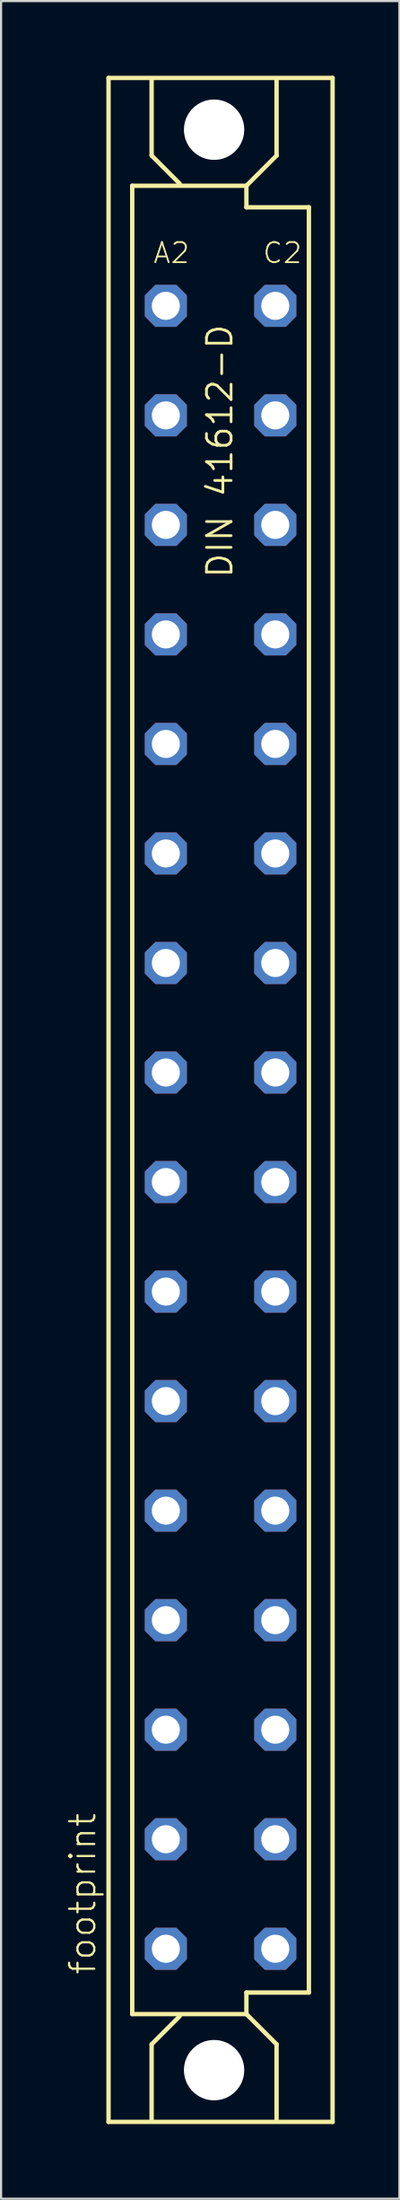
<source format=kicad_pcb>
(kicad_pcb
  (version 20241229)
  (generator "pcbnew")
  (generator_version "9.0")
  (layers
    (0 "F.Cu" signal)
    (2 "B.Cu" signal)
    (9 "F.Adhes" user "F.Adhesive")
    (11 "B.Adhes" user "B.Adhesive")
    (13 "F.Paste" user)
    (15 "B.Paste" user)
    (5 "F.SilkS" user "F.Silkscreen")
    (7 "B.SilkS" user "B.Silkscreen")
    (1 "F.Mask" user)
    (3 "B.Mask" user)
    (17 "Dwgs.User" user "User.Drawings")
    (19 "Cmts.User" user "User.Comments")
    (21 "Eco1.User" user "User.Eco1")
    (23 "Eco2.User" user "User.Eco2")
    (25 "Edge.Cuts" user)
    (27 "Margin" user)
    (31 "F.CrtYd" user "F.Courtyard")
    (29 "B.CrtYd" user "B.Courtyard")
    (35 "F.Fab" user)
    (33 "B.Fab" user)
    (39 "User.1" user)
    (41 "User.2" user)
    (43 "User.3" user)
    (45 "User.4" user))
  (footprint "footprint"
    (layer "F.Cu")
    (at 7.188 47.965)
    (property "Reference" "footprint" (at -5.715 40.64 90) (layer "F.SilkS") (effects (font (size 1.168 1.168) (thickness 0.102)) (justify left bottom)))
    (fp_line (start -5.2 -47.4) (end 5.2 -47.4) (stroke (width 0.203) (type solid)) (layer "F.SilkS"))
    (fp_line (start -5.2 47.4) (end -5.2 -47.4) (stroke (width 0.203) (type solid)) (layer "F.SilkS"))
    (fp_line (start -4.1 -42.4) (end 1.2 -42.4) (stroke (width 0.203) (type solid)) (layer "F.SilkS"))
    (fp_line (start -4.1 42.4) (end -4.1 -42.4) (stroke (width 0.203) (type solid)) (layer "F.SilkS"))
    (fp_line (start -3.2 -47.3) (end -3.2 -43.8) (stroke (width 0.203) (type solid)) (layer "F.SilkS"))
    (fp_line (start -3.2 -43.8) (end -1.9 -42.5) (stroke (width 0.203) (type solid)) (layer "F.SilkS"))
    (fp_line (start -3.2 43.8) (end -3.2 47.3) (stroke (width 0.203) (type solid)) (layer "F.SilkS"))
    (fp_line (start -3.2 43.8) (end -1.9 42.5) (stroke (width 0.203) (type solid)) (layer "F.SilkS"))
    (fp_line (start 1.2 -42.4) (end 1.2 -41.4) (stroke (width 0.203) (type solid)) (layer "F.SilkS"))
    (fp_line (start 1.2 -41.4) (end 4.1 -41.4) (stroke (width 0.203) (type solid)) (layer "F.SilkS"))
    (fp_line (start 1.2 41.4) (end 1.2 42.4) (stroke (width 0.203) (type solid)) (layer "F.SilkS"))
    (fp_line (start 1.2 42.4) (end -4.1 42.4) (stroke (width 0.203) (type solid)) (layer "F.SilkS"))
    (fp_line (start 2.6 -43.8) (end 1.2 -42.4) (stroke (width 0.203) (type solid)) (layer "F.SilkS"))
    (fp_line (start 2.6 -43.8) (end 2.6 -47.3) (stroke (width 0.203) (type solid)) (layer "F.SilkS"))
    (fp_line (start 2.6 43.8) (end 1.2 42.4) (stroke (width 0.203) (type solid)) (layer "F.SilkS"))
    (fp_line (start 2.6 47.3) (end 2.6 43.8) (stroke (width 0.203) (type solid)) (layer "F.SilkS"))
    (fp_line (start 4.1 -41.4) (end 4.1 41.4) (stroke (width 0.203) (type solid)) (layer "F.SilkS"))
    (fp_line (start 4.1 41.4) (end 1.2 41.4) (stroke (width 0.203) (type solid)) (layer "F.SilkS"))
    (fp_line (start 5.2 -47.4) (end 5.2 47.4) (stroke (width 0.203) (type solid)) (layer "F.SilkS"))
    (fp_line (start 5.2 47.4) (end -5.2 47.4) (stroke (width 0.203) (type solid)) (layer "F.SilkS"))
    (fp_text user "A2" (at -3.175 -38.735 0) (layer "F.SilkS") (effects (font (size 0.935 0.935) (thickness 0.081)) (justify left bottom)))
    (fp_text user "C2" (at 1.905 -38.735 0) (layer "F.SilkS") (effects (font (size 0.935 0.935) (thickness 0.081)) (justify left bottom)))
    (fp_text user "DIN 41612-D" (at 0.635 -24.13 90) (layer "F.SilkS") (effects (font (size 1.143 1.143) (thickness 0.127)) (justify left bottom)))
    (pad "" np_thru_hole circle (at -0.3 -45) (size 2.8 2.8) (drill 2.8) (layers "*.Cu" "*.Mask"))
    (pad "" np_thru_hole circle (at -0.3 45) (size 2.8 2.8) (drill 2.8) (layers "*.Cu" "*.Mask"))
    (pad "A2" thru_hole roundrect (at -2.54 -36.83) (size 1.95 1.95) (drill 1.3) (layers "*.Cu" "*.Mask") (roundrect_rratio 0.25) (chamfer_ratio 0.25) (chamfer top_left top_right bottom_left bottom_right))
    (pad "A4" thru_hole roundrect (at -2.54 -31.75) (size 1.95 1.95) (drill 1.3) (layers "*.Cu" "*.Mask") (roundrect_rratio 0.25) (chamfer_ratio 0.25) (chamfer top_left top_right bottom_left bottom_right))
    (pad "A6" thru_hole roundrect (at -2.54 -26.67) (size 1.95 1.95) (drill 1.3) (layers "*.Cu" "*.Mask") (roundrect_rratio 0.25) (chamfer_ratio 0.25) (chamfer top_left top_right bottom_left bottom_right))
    (pad "A8" thru_hole roundrect (at -2.54 -21.59) (size 1.95 1.95) (drill 1.3) (layers "*.Cu" "*.Mask") (roundrect_rratio 0.25) (chamfer_ratio 0.25) (chamfer top_left top_right bottom_left bottom_right))
    (pad "A10" thru_hole roundrect (at -2.54 -16.51) (size 1.95 1.95) (drill 1.3) (layers "*.Cu" "*.Mask") (roundrect_rratio 0.25) (chamfer_ratio 0.25) (chamfer top_left top_right bottom_left bottom_right))
    (pad "A12" thru_hole roundrect (at -2.54 -11.43) (size 1.95 1.95) (drill 1.3) (layers "*.Cu" "*.Mask") (roundrect_rratio 0.25) (chamfer_ratio 0.25) (chamfer top_left top_right bottom_left bottom_right))
    (pad "A14" thru_hole roundrect (at -2.54 -6.35) (size 1.95 1.95) (drill 1.3) (layers "*.Cu" "*.Mask") (roundrect_rratio 0.25) (chamfer_ratio 0.25) (chamfer top_left top_right bottom_left bottom_right))
    (pad "A16" thru_hole roundrect (at -2.54 -1.27) (size 1.95 1.95) (drill 1.3) (layers "*.Cu" "*.Mask") (roundrect_rratio 0.25) (chamfer_ratio 0.25) (chamfer top_left top_right bottom_left bottom_right))
    (pad "A18" thru_hole roundrect (at -2.54 3.81) (size 1.95 1.95) (drill 1.3) (layers "*.Cu" "*.Mask") (roundrect_rratio 0.25) (chamfer_ratio 0.25) (chamfer top_left top_right bottom_left bottom_right))
    (pad "A20" thru_hole roundrect (at -2.54 8.89) (size 1.95 1.95) (drill 1.3) (layers "*.Cu" "*.Mask") (roundrect_rratio 0.25) (chamfer_ratio 0.25) (chamfer top_left top_right bottom_left bottom_right))
    (pad "A22" thru_hole roundrect (at -2.54 13.97) (size 1.95 1.95) (drill 1.3) (layers "*.Cu" "*.Mask") (roundrect_rratio 0.25) (chamfer_ratio 0.25) (chamfer top_left top_right bottom_left bottom_right))
    (pad "A24" thru_hole roundrect (at -2.54 19.05) (size 1.95 1.95) (drill 1.3) (layers "*.Cu" "*.Mask") (roundrect_rratio 0.25) (chamfer_ratio 0.25) (chamfer top_left top_right bottom_left bottom_right))
    (pad "A26" thru_hole roundrect (at -2.54 24.13) (size 1.95 1.95) (drill 1.3) (layers "*.Cu" "*.Mask") (roundrect_rratio 0.25) (chamfer_ratio 0.25) (chamfer top_left top_right bottom_left bottom_right))
    (pad "A28" thru_hole roundrect (at -2.54 29.21) (size 1.95 1.95) (drill 1.3) (layers "*.Cu" "*.Mask") (roundrect_rratio 0.25) (chamfer_ratio 0.25) (chamfer top_left top_right bottom_left bottom_right))
    (pad "A30" thru_hole roundrect (at -2.54 34.29) (size 1.95 1.95) (drill 1.3) (layers "*.Cu" "*.Mask") (roundrect_rratio 0.25) (chamfer_ratio 0.25) (chamfer top_left top_right bottom_left bottom_right))
    (pad "A32" thru_hole roundrect (at -2.54 39.37) (size 1.95 1.95) (drill 1.3) (layers "*.Cu" "*.Mask") (roundrect_rratio 0.25) (chamfer_ratio 0.25) (chamfer top_left top_right bottom_left bottom_right))
    (pad "C2" thru_hole roundrect (at 2.54 -36.83) (size 1.95 1.95) (drill 1.3) (layers "*.Cu" "*.Mask") (roundrect_rratio 0.25) (chamfer_ratio 0.25) (chamfer top_left top_right bottom_left bottom_right))
    (pad "C4" thru_hole roundrect (at 2.54 -31.75) (size 1.95 1.95) (drill 1.3) (layers "*.Cu" "*.Mask") (roundrect_rratio 0.25) (chamfer_ratio 0.25) (chamfer top_left top_right bottom_left bottom_right))
    (pad "C6" thru_hole roundrect (at 2.54 -26.67) (size 1.95 1.95) (drill 1.3) (layers "*.Cu" "*.Mask") (roundrect_rratio 0.25) (chamfer_ratio 0.25) (chamfer top_left top_right bottom_left bottom_right))
    (pad "C8" thru_hole roundrect (at 2.54 -21.59) (size 1.95 1.95) (drill 1.3) (layers "*.Cu" "*.Mask") (roundrect_rratio 0.25) (chamfer_ratio 0.25) (chamfer top_left top_right bottom_left bottom_right))
    (pad "C10" thru_hole roundrect (at 2.54 -16.51) (size 1.95 1.95) (drill 1.3) (layers "*.Cu" "*.Mask") (roundrect_rratio 0.25) (chamfer_ratio 0.25) (chamfer top_left top_right bottom_left bottom_right))
    (pad "C12" thru_hole roundrect (at 2.54 -11.43) (size 1.95 1.95) (drill 1.3) (layers "*.Cu" "*.Mask") (roundrect_rratio 0.25) (chamfer_ratio 0.25) (chamfer top_left top_right bottom_left bottom_right))
    (pad "C14" thru_hole roundrect (at 2.54 -6.35) (size 1.95 1.95) (drill 1.3) (layers "*.Cu" "*.Mask") (roundrect_rratio 0.25) (chamfer_ratio 0.25) (chamfer top_left top_right bottom_left bottom_right))
    (pad "C16" thru_hole roundrect (at 2.54 -1.27) (size 1.95 1.95) (drill 1.3) (layers "*.Cu" "*.Mask") (roundrect_rratio 0.25) (chamfer_ratio 0.25) (chamfer top_left top_right bottom_left bottom_right))
    (pad "C18" thru_hole roundrect (at 2.54 3.81) (size 1.95 1.95) (drill 1.3) (layers "*.Cu" "*.Mask") (roundrect_rratio 0.25) (chamfer_ratio 0.25) (chamfer top_left top_right bottom_left bottom_right))
    (pad "C20" thru_hole roundrect (at 2.54 8.89) (size 1.95 1.95) (drill 1.3) (layers "*.Cu" "*.Mask") (roundrect_rratio 0.25) (chamfer_ratio 0.25) (chamfer top_left top_right bottom_left bottom_right))
    (pad "C22" thru_hole roundrect (at 2.54 13.97) (size 1.95 1.95) (drill 1.3) (layers "*.Cu" "*.Mask") (roundrect_rratio 0.25) (chamfer_ratio 0.25) (chamfer top_left top_right bottom_left bottom_right))
    (pad "C24" thru_hole roundrect (at 2.54 19.05) (size 1.95 1.95) (drill 1.3) (layers "*.Cu" "*.Mask") (roundrect_rratio 0.25) (chamfer_ratio 0.25) (chamfer top_left top_right bottom_left bottom_right))
    (pad "C26" thru_hole roundrect (at 2.54 24.13) (size 1.95 1.95) (drill 1.3) (layers "*.Cu" "*.Mask") (roundrect_rratio 0.25) (chamfer_ratio 0.25) (chamfer top_left top_right bottom_left bottom_right))
    (pad "C28" thru_hole roundrect (at 2.54 29.21) (size 1.95 1.95) (drill 1.3) (layers "*.Cu" "*.Mask") (roundrect_rratio 0.25) (chamfer_ratio 0.25) (chamfer top_left top_right bottom_left bottom_right))
    (pad "C30" thru_hole roundrect (at 2.54 34.29) (size 1.95 1.95) (drill 1.3) (layers "*.Cu" "*.Mask") (roundrect_rratio 0.25) (chamfer_ratio 0.25) (chamfer top_left top_right bottom_left bottom_right))
    (pad "C32" thru_hole roundrect (at 2.54 39.37) (size 1.95 1.95) (drill 1.3) (layers "*.Cu" "*.Mask") (roundrect_rratio 0.25) (chamfer_ratio 0.25) (chamfer top_left top_right bottom_left bottom_right))
    (zone (net_name "") (layers "F.Cu" "B.Cu") (hatch edge 0.508) (connect_pads) (min_thickness 0.254) (filled_areas_thickness no) (keepout (tracks allowed) (vias not_allowed) (pads allowed) (copperpour allowed) (footprints allowed)) (placement (enabled no)) (fill) (polygon (pts (xy 9.853 2.965) (xy 9.808 2.45) (xy 9.675 1.951) (xy 9.456 1.483) (xy 9.16 1.059) (xy 8.794 0.694) (xy 8.371 0.397) (xy 7.902 0.179) (xy 7.403 0.045) (xy 6.888 0) (xy 6.373 0.045) (xy 5.874 0.179) (xy 5.406 0.397) (xy 4.982 0.694) (xy 4.617 1.059) (xy 4.32 1.483) (xy 4.102 1.951) (xy 3.968 2.45) (xy 3.923 2.965) (xy 3.968 3.48) (xy 4.102 3.979) (xy 4.32 4.448) (xy 4.617 4.871) (xy 4.982 5.237) (xy 5.406 5.533) (xy 5.874 5.752) (xy 6.373 5.885) (xy 6.888 5.93) (xy 7.403 5.885) (xy 7.902 5.752) (xy 8.371 5.533) (xy 8.794 5.237) (xy 9.16 4.871) (xy 9.456 4.448) (xy 9.675 3.979) (xy 9.808 3.48))) (polygon (pts (xy 7.923 2.965) (xy 7.907 2.786) (xy 7.861 2.611) (xy 7.784 2.448) (xy 7.681 2.3) (xy 7.553 2.172) (xy 7.406 2.069) (xy 7.242 1.993) (xy 7.068 1.946) (xy 6.888 1.93) (xy 6.709 1.946) (xy 6.534 1.993) (xy 6.371 2.069) (xy 6.223 2.172) (xy 6.095 2.3) (xy 5.992 2.448) (xy 5.916 2.611) (xy 5.869 2.786) (xy 5.853 2.965) (xy 5.869 3.145) (xy 5.916 3.319) (xy 5.992 3.483) (xy 6.095 3.63) (xy 6.223 3.758) (xy 6.371 3.861) (xy 6.534 3.938) (xy 6.709 3.984) (xy 6.888 4) (xy 7.068 3.984) (xy 7.242 3.938) (xy 7.406 3.861) (xy 7.553 3.758) (xy 7.681 3.63) (xy 7.784 3.483) (xy 7.861 3.319) (xy 7.907 3.145))))
    (zone (net_name "") (layers "F.Cu" "B.Cu") (hatch edge 0.508) (connect_pads) (min_thickness 0.254) (filled_areas_thickness no) (keepout (tracks allowed) (vias not_allowed) (pads allowed) (copperpour allowed) (footprints allowed)) (placement (enabled no)) (fill) (polygon (pts (xy 9.853 92.965) (xy 9.808 92.45) (xy 9.675 91.951) (xy 9.456 91.482) (xy 9.16 91.059) (xy 8.794 90.694) (xy 8.371 90.397) (xy 7.902 90.179) (xy 7.403 90.045) (xy 6.888 90) (xy 6.373 90.045) (xy 5.874 90.179) (xy 5.406 90.397) (xy 4.982 90.694) (xy 4.617 91.059) (xy 4.32 91.482) (xy 4.102 91.951) (xy 3.968 92.45) (xy 3.923 92.965) (xy 3.968 93.48) (xy 4.102 93.979) (xy 4.32 94.448) (xy 4.617 94.871) (xy 4.982 95.236) (xy 5.406 95.533) (xy 5.874 95.751) (xy 6.373 95.885) (xy 6.888 95.93) (xy 7.403 95.885) (xy 7.902 95.751) (xy 8.371 95.533) (xy 8.794 95.236) (xy 9.16 94.871) (xy 9.456 94.448) (xy 9.675 93.979) (xy 9.808 93.48))) (polygon (pts (xy 7.923 92.965) (xy 7.907 92.785) (xy 7.861 92.611) (xy 7.784 92.448) (xy 7.681 92.3) (xy 7.553 92.172) (xy 7.406 92.069) (xy 7.242 91.993) (xy 7.068 91.946) (xy 6.888 91.93) (xy 6.709 91.946) (xy 6.534 91.993) (xy 6.371 92.069) (xy 6.223 92.172) (xy 6.095 92.3) (xy 5.992 92.448) (xy 5.916 92.611) (xy 5.869 92.785) (xy 5.853 92.965) (xy 5.869 93.145) (xy 5.916 93.319) (xy 5.992 93.482) (xy 6.095 93.63) (xy 6.223 93.758) (xy 6.371 93.861) (xy 6.534 93.937) (xy 6.709 93.984) (xy 6.888 94) (xy 7.068 93.984) (xy 7.242 93.937) (xy 7.406 93.861) (xy 7.553 93.758) (xy 7.681 93.63) (xy 7.784 93.482) (xy 7.861 93.319) (xy 7.907 93.145))))
    (zone (net_name "") (layer "B.Cu") (hatch edge 0.508) (connect_pads) (min_thickness 0.254) (filled_areas_thickness no) (keepout (tracks not_allowed) (vias not_allowed) (pads not_allowed) (copperpour not_allowed) (footprints allowed)) (placement (enabled no)) (fill) (polygon (pts (xy 9.853 2.965) (xy 9.808 2.45) (xy 9.675 1.951) (xy 9.456 1.483) (xy 9.16 1.059) (xy 8.794 0.694) (xy 8.371 0.397) (xy 7.902 0.179) (xy 7.403 0.045) (xy 6.888 0) (xy 6.373 0.045) (xy 5.874 0.179) (xy 5.406 0.397) (xy 4.982 0.694) (xy 4.617 1.059) (xy 4.32 1.483) (xy 4.102 1.951) (xy 3.968 2.45) (xy 3.923 2.965) (xy 3.968 3.48) (xy 4.102 3.979) (xy 4.32 4.448) (xy 4.617 4.871) (xy 4.982 5.237) (xy 5.406 5.533) (xy 5.874 5.752) (xy 6.373 5.885) (xy 6.888 5.93) (xy 7.403 5.885) (xy 7.902 5.752) (xy 8.371 5.533) (xy 8.794 5.237) (xy 9.16 4.871) (xy 9.456 4.448) (xy 9.675 3.979) (xy 9.808 3.48))) (polygon (pts (xy 7.923 2.965) (xy 7.907 2.786) (xy 7.861 2.611) (xy 7.784 2.448) (xy 7.681 2.3) (xy 7.553 2.172) (xy 7.406 2.069) (xy 7.242 1.993) (xy 7.068 1.946) (xy 6.888 1.93) (xy 6.709 1.946) (xy 6.534 1.993) (xy 6.371 2.069) (xy 6.223 2.172) (xy 6.095 2.3) (xy 5.992 2.448) (xy 5.916 2.611) (xy 5.869 2.786) (xy 5.853 2.965) (xy 5.869 3.145) (xy 5.916 3.319) (xy 5.992 3.483) (xy 6.095 3.63) (xy 6.223 3.758) (xy 6.371 3.861) (xy 6.534 3.938) (xy 6.709 3.984) (xy 6.888 4) (xy 7.068 3.984) (xy 7.242 3.938) (xy 7.406 3.861) (xy 7.553 3.758) (xy 7.681 3.63) (xy 7.784 3.483) (xy 7.861 3.319) (xy 7.907 3.145))))
    (zone (net_name "") (layer "B.Cu") (hatch edge 0.508) (connect_pads) (min_thickness 0.254) (filled_areas_thickness no) (keepout (tracks not_allowed) (vias not_allowed) (pads not_allowed) (copperpour not_allowed) (footprints allowed)) (placement (enabled no)) (fill) (polygon (pts (xy 9.853 92.965) (xy 9.808 92.45) (xy 9.675 91.951) (xy 9.456 91.482) (xy 9.16 91.059) (xy 8.794 90.694) (xy 8.371 90.397) (xy 7.902 90.179) (xy 7.403 90.045) (xy 6.888 90) (xy 6.373 90.045) (xy 5.874 90.179) (xy 5.406 90.397) (xy 4.982 90.694) (xy 4.617 91.059) (xy 4.32 91.482) (xy 4.102 91.951) (xy 3.968 92.45) (xy 3.923 92.965) (xy 3.968 93.48) (xy 4.102 93.979) (xy 4.32 94.448) (xy 4.617 94.871) (xy 4.982 95.236) (xy 5.406 95.533) (xy 5.874 95.751) (xy 6.373 95.885) (xy 6.888 95.93) (xy 7.403 95.885) (xy 7.902 95.751) (xy 8.371 95.533) (xy 8.794 95.236) (xy 9.16 94.871) (xy 9.456 94.448) (xy 9.675 93.979) (xy 9.808 93.48))) (polygon (pts (xy 7.923 92.965) (xy 7.907 92.785) (xy 7.861 92.611) (xy 7.784 92.448) (xy 7.681 92.3) (xy 7.553 92.172) (xy 7.406 92.069) (xy 7.242 91.993) (xy 7.068 91.946) (xy 6.888 91.93) (xy 6.709 91.946) (xy 6.534 91.993) (xy 6.371 92.069) (xy 6.223 92.172) (xy 6.095 92.3) (xy 5.992 92.448) (xy 5.916 92.611) (xy 5.869 92.785) (xy 5.853 92.965) (xy 5.869 93.145) (xy 5.916 93.319) (xy 5.992 93.482) (xy 6.095 93.63) (xy 6.223 93.758) (xy 6.371 93.861) (xy 6.534 93.937) (xy 6.709 93.984) (xy 6.888 94) (xy 7.068 93.984) (xy 7.242 93.937) (xy 7.406 93.861) (xy 7.553 93.758) (xy 7.681 93.63) (xy 7.784 93.482) (xy 7.861 93.319) (xy 7.907 93.145)))))
  (gr_rect
    (start -3 -3)
    (end 15.49 98.93)
    (stroke (width 0.1) (type default))
    (fill no)
    (layer "Edge.Cuts")))
</source>
